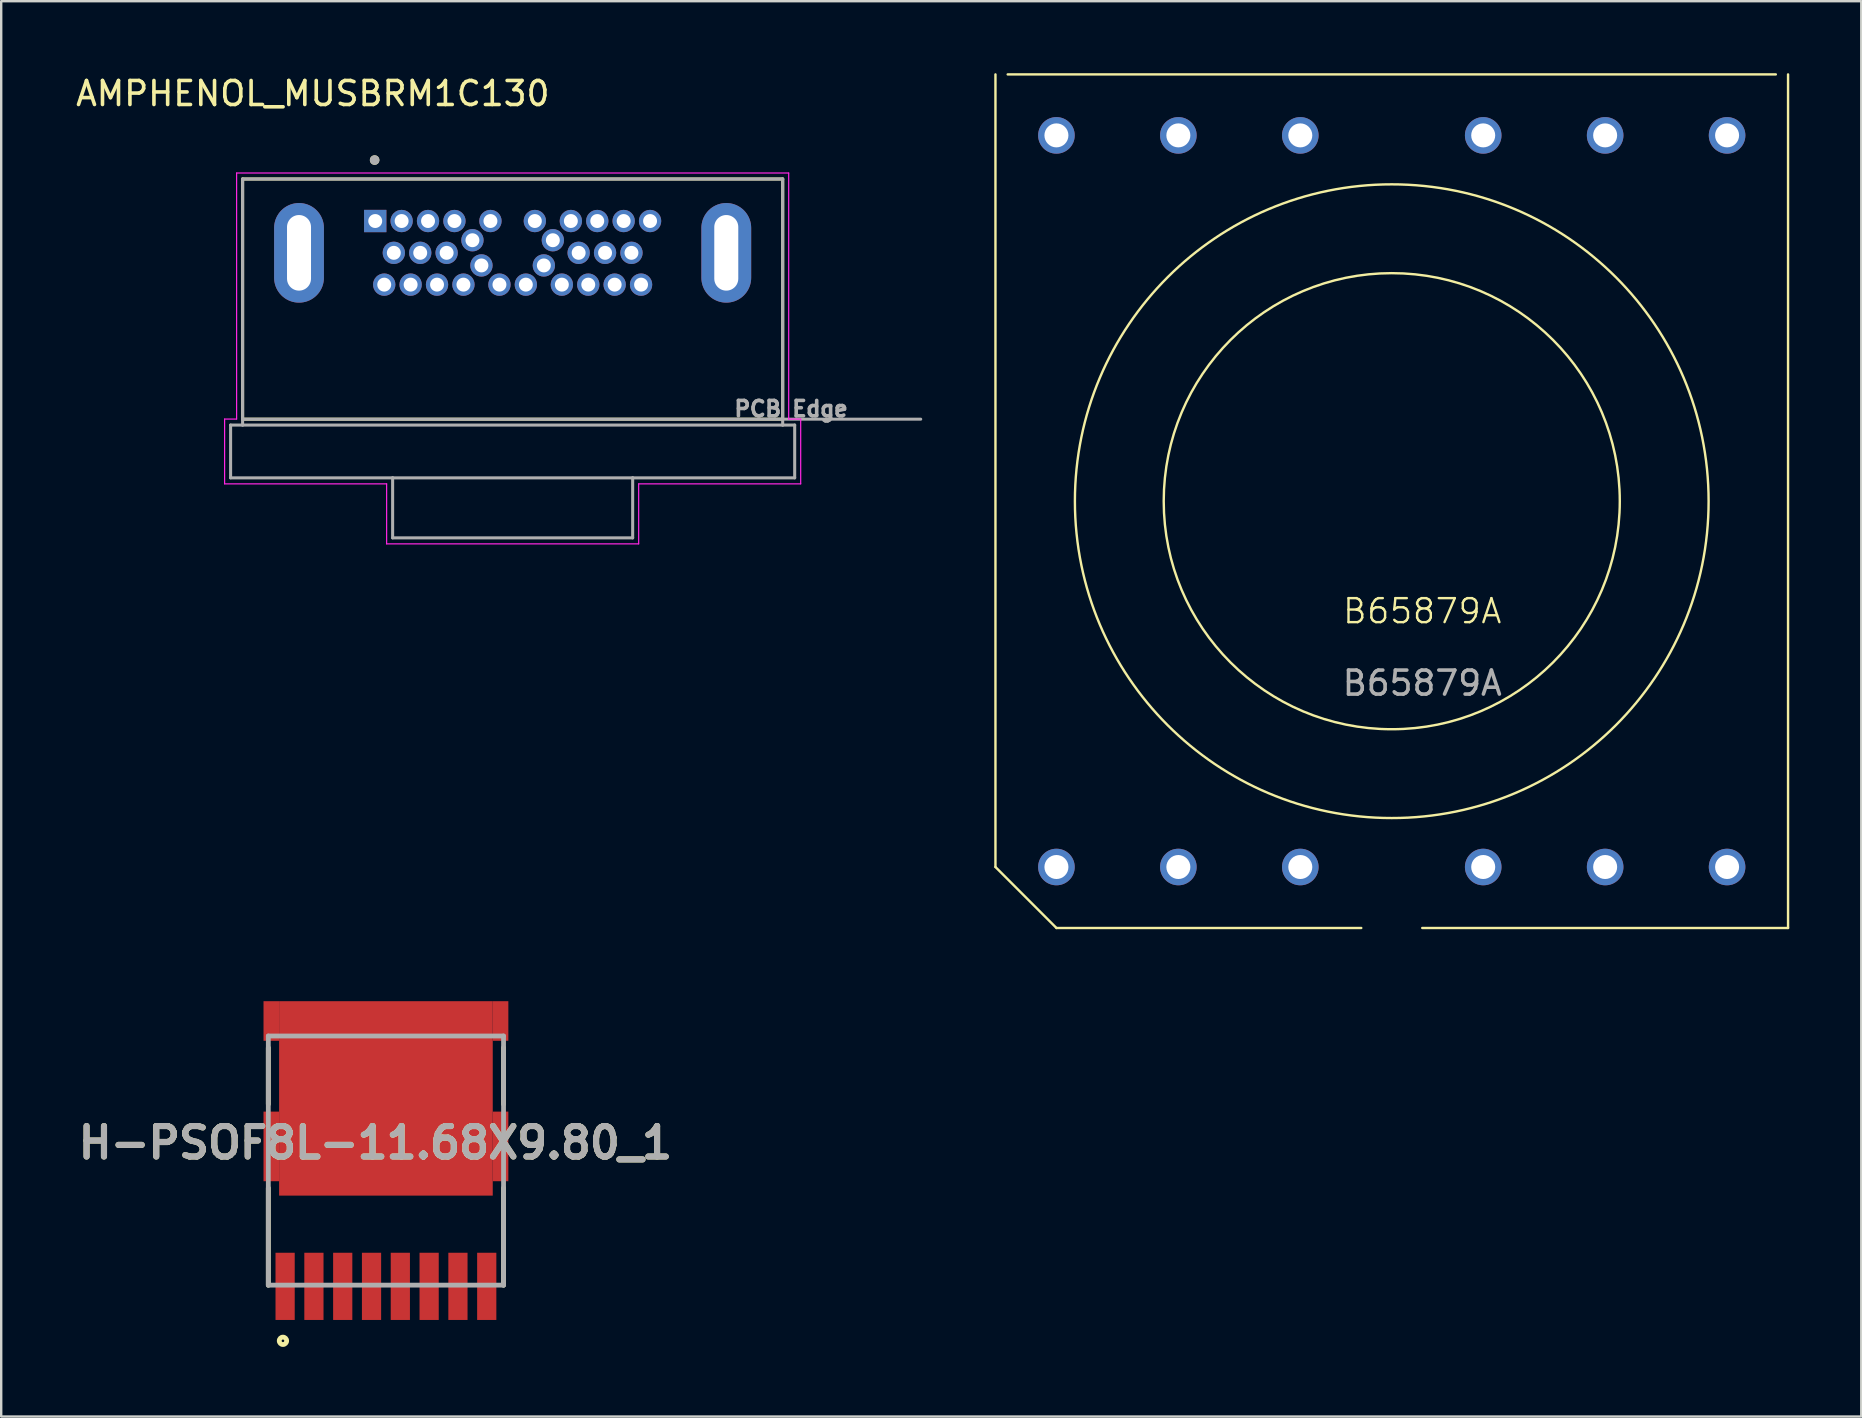
<source format=kicad_pcb>
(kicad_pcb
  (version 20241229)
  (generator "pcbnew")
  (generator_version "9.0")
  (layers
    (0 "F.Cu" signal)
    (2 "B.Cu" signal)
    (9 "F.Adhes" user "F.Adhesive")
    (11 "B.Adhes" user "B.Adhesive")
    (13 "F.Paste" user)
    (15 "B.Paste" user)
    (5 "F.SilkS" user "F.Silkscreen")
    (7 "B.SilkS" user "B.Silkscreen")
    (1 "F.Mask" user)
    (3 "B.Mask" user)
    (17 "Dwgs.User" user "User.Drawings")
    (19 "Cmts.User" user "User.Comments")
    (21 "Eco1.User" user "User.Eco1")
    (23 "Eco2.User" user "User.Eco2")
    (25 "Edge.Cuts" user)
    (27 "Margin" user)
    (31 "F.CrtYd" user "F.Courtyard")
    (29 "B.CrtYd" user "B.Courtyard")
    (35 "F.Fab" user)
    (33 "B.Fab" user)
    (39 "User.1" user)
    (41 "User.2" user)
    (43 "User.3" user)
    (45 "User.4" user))
  (footprint "H-PSOF8L-11.68X9.80_1"
    (layer "F.Cu")
    (at 13.028 45.3)
    (property "Reference" "H-PSOF8L-11.68X9.80_1" (at -0.437 -0.744 0) (layer "F.SilkS") (effects (font (size 1.27 1.27) (thickness 0.254))))
    (attr smd)
    (fp_line (start -4.9 -4.7) (end -4.9 -2.35) (stroke (width 0.2) (type solid)) (layer "F.SilkS"))
    (fp_line (start -4.9 5.19) (end -4.9 1.143) (stroke (width 0.2) (type solid)) (layer "F.SilkS"))
    (fp_line (start 4.9 -4.7) (end 4.9 -2.35) (stroke (width 0.2) (type solid)) (layer "F.SilkS"))
    (fp_line (start 4.9 5.19) (end 4.9 1.143) (stroke (width 0.2) (type solid)) (layer "F.SilkS"))
    (fp_circle (center -4.29 7.509) (end -4.29 7.563) (stroke (width 0.2) (type solid)) (fill no) (layer "F.SilkS"))
    (fp_line (start -4.9 -5.19) (end 4.9 -5.19) (stroke (width 0.2) (type solid)) (layer "F.Fab"))
    (fp_line (start -4.9 5.19) (end -4.9 -5.19) (stroke (width 0.2) (type solid)) (layer "F.Fab"))
    (fp_line (start 4.9 -5.19) (end 4.9 5.19) (stroke (width 0.2) (type solid)) (layer "F.Fab"))
    (fp_line (start 4.9 5.19) (end -4.9 5.19) (stroke (width 0.2) (type solid)) (layer "F.Fab"))
    (fp_text user "${REFERENCE}" (at -0.437 -0.744 0) (layer "F.Fab") (effects (font (size 1.27 1.27) (thickness 0.254))))
    (pad "1" smd rect (at -4.2 5.24) (size 0.8 2.8) (layers "F.Cu" "F.Mask" "F.Paste"))
    (pad "2" smd rect (at -3 5.24) (size 0.8 2.8) (layers "F.Cu" "F.Mask" "F.Paste"))
    (pad "3" smd rect (at -1.8 5.24) (size 0.8 2.8) (layers "F.Cu" "F.Mask" "F.Paste"))
    (pad "4" smd rect (at -0.6 5.24) (size 0.8 2.8) (layers "F.Cu" "F.Mask" "F.Paste"))
    (pad "5" smd rect (at 0.6 5.24) (size 0.8 2.8) (layers "F.Cu" "F.Mask" "F.Paste"))
    (pad "6" smd rect (at 1.8 5.24) (size 0.8 2.8) (layers "F.Cu" "F.Mask" "F.Paste"))
    (pad "7" smd rect (at 3 5.24) (size 0.8 2.8) (layers "F.Cu" "F.Mask" "F.Paste"))
    (pad "8" smd rect (at 4.2 5.24) (size 0.8 2.8) (layers "F.Cu" "F.Mask" "F.Paste"))
    (pad "9" smd rect (at 0 -2.59 90) (size 8.1 8.9) (layers "F.Cu" "F.Mask" "F.Paste"))
    (pad "10" smd rect (at -4.775 -5.815) (size 0.65 1.65) (layers "F.Cu" "F.Mask" "F.Paste"))
    (pad "11" smd rect (at 4.775 -5.815) (size 0.65 1.65) (layers "F.Cu" "F.Mask" "F.Paste"))
    (pad "12" smd rect (at -4.775 -0.59) (size 0.65 2.9) (layers "F.Cu" "F.Mask" "F.Paste"))
    (pad "13" smd rect (at 4.775 -0.59) (size 0.65 2.9) (layers "F.Cu" "F.Mask" "F.Paste")))
  (footprint "AMPHENOL_MUSBRM1C130"
    (layer "F.Cu")
    (at 18.307 7.483)
    (property "Reference" "AMPHENOL_MUSBRM1C130" (at -8.325 -6.635 0) (layer "F.SilkS") (effects (font (size 1 1) (thickness 0.15))))
    (attr through_hole)
    (fp_line (start -11.25 -3.075) (end -11.25 6.93) (stroke (width 0.127) (type solid)) (layer "F.SilkS"))
    (fp_line (start -11.25 -3.075) (end 11.25 -3.075) (stroke (width 0.127) (type solid)) (layer "F.SilkS"))
    (fp_line (start 11.25 -3.075) (end 11.25 6.93) (stroke (width 0.127) (type solid)) (layer "F.SilkS"))
    (fp_line (start 11.25 6.93) (end -11.25 6.93) (stroke (width 0.127) (type solid)) (layer "F.SilkS"))
    (fp_circle (center -5.75 -3.865) (end -5.65 -3.865) (stroke (width 0.2) (type solid)) (fill no) (layer "F.SilkS"))
    (fp_line (start -12 6.925) (end -11.5 6.925) (stroke (width 0.05) (type solid)) (layer "F.CrtYd"))
    (fp_line (start -12 9.625) (end -12 6.925) (stroke (width 0.05) (type solid)) (layer "F.CrtYd"))
    (fp_line (start -11.5 -3.325) (end 11.5 -3.325) (stroke (width 0.05) (type solid)) (layer "F.CrtYd"))
    (fp_line (start -11.5 6.925) (end -11.5 -3.325) (stroke (width 0.05) (type solid)) (layer "F.CrtYd"))
    (fp_line (start -5.25 9.625) (end -12 9.625) (stroke (width 0.05) (type solid)) (layer "F.CrtYd"))
    (fp_line (start -5.25 12.125) (end -5.25 9.625) (stroke (width 0.05) (type solid)) (layer "F.CrtYd"))
    (fp_line (start 5.25 9.625) (end 5.25 12.125) (stroke (width 0.05) (type solid)) (layer "F.CrtYd"))
    (fp_line (start 5.25 12.125) (end -5.25 12.125) (stroke (width 0.05) (type solid)) (layer "F.CrtYd"))
    (fp_line (start 11.5 -3.325) (end 11.5 6.925) (stroke (width 0.05) (type solid)) (layer "F.CrtYd"))
    (fp_line (start 11.5 6.925) (end 12 6.925) (stroke (width 0.05) (type solid)) (layer "F.CrtYd"))
    (fp_line (start 12 6.925) (end 12 9.625) (stroke (width 0.05) (type solid)) (layer "F.CrtYd"))
    (fp_line (start 12 9.625) (end 5.25 9.625) (stroke (width 0.05) (type solid)) (layer "F.CrtYd"))
    (fp_line (start -11.75 7.175) (end -11.75 9.375) (stroke (width 0.127) (type solid)) (layer "F.Fab"))
    (fp_line (start -11.75 7.175) (end -11.25 7.175) (stroke (width 0.127) (type solid)) (layer "F.Fab"))
    (fp_line (start -11.75 9.375) (end -5 9.375) (stroke (width 0.127) (type solid)) (layer "F.Fab"))
    (fp_line (start -11.25 -3.075) (end -11.25 6.93) (stroke (width 0.127) (type solid)) (layer "F.Fab"))
    (fp_line (start -11.25 -3.075) (end 11.25 -3.075) (stroke (width 0.127) (type solid)) (layer "F.Fab"))
    (fp_line (start -11.25 6.93) (end -11.25 7.175) (stroke (width 0.127) (type solid)) (layer "F.Fab"))
    (fp_line (start -11.25 7.175) (end 11.25 7.175) (stroke (width 0.127) (type solid)) (layer "F.Fab"))
    (fp_line (start -5 9.375) (end -5 11.875) (stroke (width 0.127) (type solid)) (layer "F.Fab"))
    (fp_line (start -5 9.375) (end 5 9.375) (stroke (width 0.127) (type solid)) (layer "F.Fab"))
    (fp_line (start -5 11.875) (end 5 11.875) (stroke (width 0.127) (type solid)) (layer "F.Fab"))
    (fp_line (start 5 9.375) (end 11.75 9.375) (stroke (width 0.127) (type solid)) (layer "F.Fab"))
    (fp_line (start 5 11.875) (end 5 9.375) (stroke (width 0.127) (type solid)) (layer "F.Fab"))
    (fp_line (start 11.25 -3.075) (end 11.25 6.93) (stroke (width 0.127) (type solid)) (layer "F.Fab"))
    (fp_line (start 11.25 6.93) (end -11.25 6.93) (stroke (width 0.127) (type solid)) (layer "F.Fab"))
    (fp_line (start 11.25 6.93) (end 11.25 7.175) (stroke (width 0.127) (type solid)) (layer "F.Fab"))
    (fp_line (start 11.25 6.93) (end 17 6.93) (stroke (width 0.127) (type solid)) (layer "F.Fab"))
    (fp_line (start 11.25 7.175) (end 11.75 7.175) (stroke (width 0.127) (type solid)) (layer "F.Fab"))
    (fp_line (start 11.75 7.175) (end 11.75 9.375) (stroke (width 0.127) (type solid)) (layer "F.Fab"))
    (fp_circle (center -5.75 -3.865) (end -5.65 -3.865) (stroke (width 0.2) (type solid)) (fill no) (layer "F.Fab"))
    (fp_text user "PCB Edge" (at 11.6 6.5 0) (layer "F.Fab") (effects (font (size 0.64 0.64) (thickness 0.15))))
    (pad "A1" thru_hole rect (at -5.725 -1.325) (size 0.93 0.93) (drill 0.58) (layers "*.Cu" "*.Mask"))
    (pad "A2" thru_hole circle (at -4.625 -1.325) (size 0.93 0.93) (drill 0.58) (layers "*.Cu" "*.Mask"))
    (pad "A3" thru_hole circle (at -3.525 -1.325) (size 0.93 0.93) (drill 0.58) (layers "*.Cu" "*.Mask"))
    (pad "A4" thru_hole circle (at -2.425 -1.325) (size 0.93 0.93) (drill 0.58) (layers "*.Cu" "*.Mask"))
    (pad "A5" thru_hole circle (at -1.675 -0.525) (size 0.93 0.93) (drill 0.58) (layers "*.Cu" "*.Mask"))
    (pad "A6" thru_hole circle (at -0.925 -1.325) (size 0.93 0.93) (drill 0.58) (layers "*.Cu" "*.Mask"))
    (pad "A7" thru_hole circle (at 0.925 -1.325) (size 0.93 0.93) (drill 0.58) (layers "*.Cu" "*.Mask"))
    (pad "A8" thru_hole circle (at 1.675 -0.525) (size 0.93 0.93) (drill 0.58) (layers "*.Cu" "*.Mask"))
    (pad "A9" thru_hole circle (at 2.425 -1.325) (size 0.93 0.93) (drill 0.58) (layers "*.Cu" "*.Mask"))
    (pad "A10" thru_hole circle (at 3.525 -1.325) (size 0.93 0.93) (drill 0.58) (layers "*.Cu" "*.Mask"))
    (pad "A11" thru_hole circle (at 4.625 -1.325) (size 0.93 0.93) (drill 0.58) (layers "*.Cu" "*.Mask"))
    (pad "A12" thru_hole circle (at 5.725 -1.325) (size 0.93 0.93) (drill 0.58) (layers "*.Cu" "*.Mask"))
    (pad "B1" thru_hole circle (at 5.35 1.325) (size 0.93 0.93) (drill 0.58) (layers "*.Cu" "*.Mask"))
    (pad "B2" thru_hole circle (at 4.25 1.325) (size 0.93 0.93) (drill 0.58) (layers "*.Cu" "*.Mask"))
    (pad "B3" thru_hole circle (at 3.15 1.325) (size 0.93 0.93) (drill 0.58) (layers "*.Cu" "*.Mask"))
    (pad "B4" thru_hole circle (at 2.05 1.325) (size 0.93 0.93) (drill 0.58) (layers "*.Cu" "*.Mask"))
    (pad "B5" thru_hole circle (at 1.3 0.525) (size 0.93 0.93) (drill 0.58) (layers "*.Cu" "*.Mask"))
    (pad "B6" thru_hole circle (at 0.55 1.325) (size 0.93 0.93) (drill 0.58) (layers "*.Cu" "*.Mask"))
    (pad "B7" thru_hole circle (at -0.55 1.325) (size 0.93 0.93) (drill 0.58) (layers "*.Cu" "*.Mask"))
    (pad "B8" thru_hole circle (at -1.3 0.525) (size 0.93 0.93) (drill 0.58) (layers "*.Cu" "*.Mask"))
    (pad "B9" thru_hole circle (at -2.05 1.325) (size 0.93 0.93) (drill 0.58) (layers "*.Cu" "*.Mask"))
    (pad "B10" thru_hole circle (at -3.15 1.325) (size 0.93 0.93) (drill 0.58) (layers "*.Cu" "*.Mask"))
    (pad "B11" thru_hole circle (at -4.25 1.325) (size 0.93 0.93) (drill 0.58) (layers "*.Cu" "*.Mask"))
    (pad "B12" thru_hole circle (at -5.35 1.325) (size 0.93 0.93) (drill 0.58) (layers "*.Cu" "*.Mask"))
    (pad "G1" thru_hole circle (at -4.95 0) (size 0.93 0.93) (drill 0.58) (layers "*.Cu" "*.Mask"))
    (pad "G2" thru_hole circle (at -3.85 0) (size 0.93 0.93) (drill 0.58) (layers "*.Cu" "*.Mask"))
    (pad "G3" thru_hole circle (at -2.75 0) (size 0.93 0.93) (drill 0.58) (layers "*.Cu" "*.Mask"))
    (pad "G4" thru_hole circle (at 2.75 0) (size 0.93 0.93) (drill 0.58) (layers "*.Cu" "*.Mask"))
    (pad "G5" thru_hole circle (at 3.85 0) (size 0.93 0.93) (drill 0.58) (layers "*.Cu" "*.Mask"))
    (pad "G6" thru_hole circle (at 4.95 0) (size 0.93 0.93) (drill 0.58) (layers "*.Cu" "*.Mask"))
    (pad "S1" thru_hole oval (at -8.9 0) (size 2.075 4.15) (drill oval 1 3.15) (layers "*.Cu" "*.Mask"))
    (pad "S2" thru_hole oval (at 8.9 0) (size 2.075 4.15) (drill oval 1 3.15) (layers "*.Cu" "*.Mask"))
    (zone (net_name "") (layer "F.Cu") (hatch full 0.508) (connect_pads) (min_thickness 0.01) (filled_areas_thickness no) (keepout (tracks not_allowed) (vias not_allowed) (pads not_allowed) (copperpour not_allowed) (footprints allowed)) (placement (enabled no)) (fill) (polygon (pts (xy 8.732 4.983) (xy 10.082 4.983) (xy 10.082 14.413) (xy 8.732 14.413))))
    (zone (net_name "") (layer "F.Cu") (hatch full 0.508) (connect_pads) (min_thickness 0.01) (filled_areas_thickness no) (keepout (tracks not_allowed) (vias not_allowed) (pads not_allowed) (copperpour not_allowed) (footprints allowed)) (placement (enabled no)) (fill) (polygon (pts (xy 26.532 4.983) (xy 27.882 4.983) (xy 27.882 14.413) (xy 26.532 14.413))))
    (zone (net_name "") (layers "F.Cu" "B.Cu") (hatch full 0.508) (connect_pads) (min_thickness 0.01) (filled_areas_thickness no) (keepout (tracks allowed) (vias not_allowed) (pads allowed) (copperpour allowed) (footprints allowed)) (placement (enabled no)) (fill) (polygon (pts (xy 8.732 4.983) (xy 10.082 4.983) (xy 10.082 14.413) (xy 8.732 14.413))))
    (zone (net_name "") (layers "F.Cu" "B.Cu") (hatch full 0.508) (connect_pads) (min_thickness 0.01) (filled_areas_thickness no) (keepout (tracks allowed) (vias not_allowed) (pads allowed) (copperpour allowed) (footprints allowed)) (placement (enabled no)) (fill) (polygon (pts (xy 26.532 4.983) (xy 27.882 4.983) (xy 27.882 14.413) (xy 26.532 14.413)))))
  (footprint "B65879A"
    (layer "F.Cu")
    (at 56.201 22.91)
    (property "Reference" "B65879A" (at 0 -0.5 0) (unlocked yes) (layer "F.SilkS") (effects (font (size 1 1) (thickness 0.1))))
    (attr through_hole)
    (fp_line (start -17.78 -22.86) (end -17.78 10.16) (stroke (width 0.1) (type default)) (layer "F.SilkS"))
    (fp_line (start -17.78 10.16) (end -15.24 12.7) (stroke (width 0.1) (type default)) (layer "F.SilkS"))
    (fp_line (start -15.24 12.7) (end -2.54 12.7) (stroke (width 0.1) (type default)) (layer "F.SilkS"))
    (fp_line (start 0 12.7) (end 15.24 12.7) (stroke (width 0.1) (type default)) (layer "F.SilkS"))
    (fp_line (start 14.73 -22.86) (end -17.27 -22.86) (stroke (width 0.1) (type default)) (layer "F.SilkS"))
    (fp_line (start 15.24 12.7) (end 15.24 -22.86) (stroke (width 0.1) (type default)) (layer "F.SilkS"))
    (fp_circle (center -1.27 -5.08) (end 8.23 -5.08) (stroke (width 0.1) (type default)) (fill no) (layer "F.SilkS"))
    (fp_circle (center -1.27 -5.08) (end 11.93 -5.08) (stroke (width 0.1) (type default)) (fill no) (layer "F.SilkS"))
    (fp_text user "${REFERENCE}" (at 0 2.5 0) (unlocked yes) (layer "F.Fab") (effects (font (size 1 1) (thickness 0.15))))
    (pad "1" thru_hole circle (at -15.24 10.16) (size 1.524 1.524) (drill 1) (layers "*.Cu" "*.Mask"))
    (pad "2" thru_hole circle (at -10.16 10.16 90) (size 1.524 1.524) (drill 1) (layers "*.Cu" "*.Mask"))
    (pad "3" thru_hole circle (at -5.08 10.16) (size 1.524 1.524) (drill 1) (layers "*.Cu" "*.Mask"))
    (pad "4" thru_hole circle (at 2.54 10.16) (size 1.524 1.524) (drill 1) (layers "*.Cu" "*.Mask"))
    (pad "5" thru_hole circle (at 7.62 10.16) (size 1.524 1.524) (drill 1) (layers "*.Cu" "*.Mask"))
    (pad "6" thru_hole circle (at 12.7 10.16) (size 1.524 1.524) (drill 1) (layers "*.Cu" "*.Mask"))
    (pad "7" thru_hole circle (at 12.7 -20.32) (size 1.524 1.524) (drill 1) (layers "*.Cu" "*.Mask"))
    (pad "8" thru_hole circle (at 7.62 -20.32) (size 1.524 1.524) (drill 1) (layers "*.Cu" "*.Mask"))
    (pad "9" thru_hole circle (at 2.54 -20.32) (size 1.524 1.524) (drill 1) (layers "*.Cu" "*.Mask"))
    (pad "10" thru_hole circle (at -5.08 -20.32) (size 1.524 1.524) (drill 1) (layers "*.Cu" "*.Mask"))
    (pad "11" thru_hole circle (at -10.16 -20.32) (size 1.524 1.524) (drill 1) (layers "*.Cu" "*.Mask"))
    (pad "12" thru_hole circle (at -15.24 -20.32) (size 1.524 1.524) (drill 1) (layers "*.Cu" "*.Mask")))
  (gr_rect
    (start -3 -3)
    (end 74.491 55.963)
    (stroke (width 0.1) (type default))
    (fill no)
    (layer "Edge.Cuts")))
</source>
